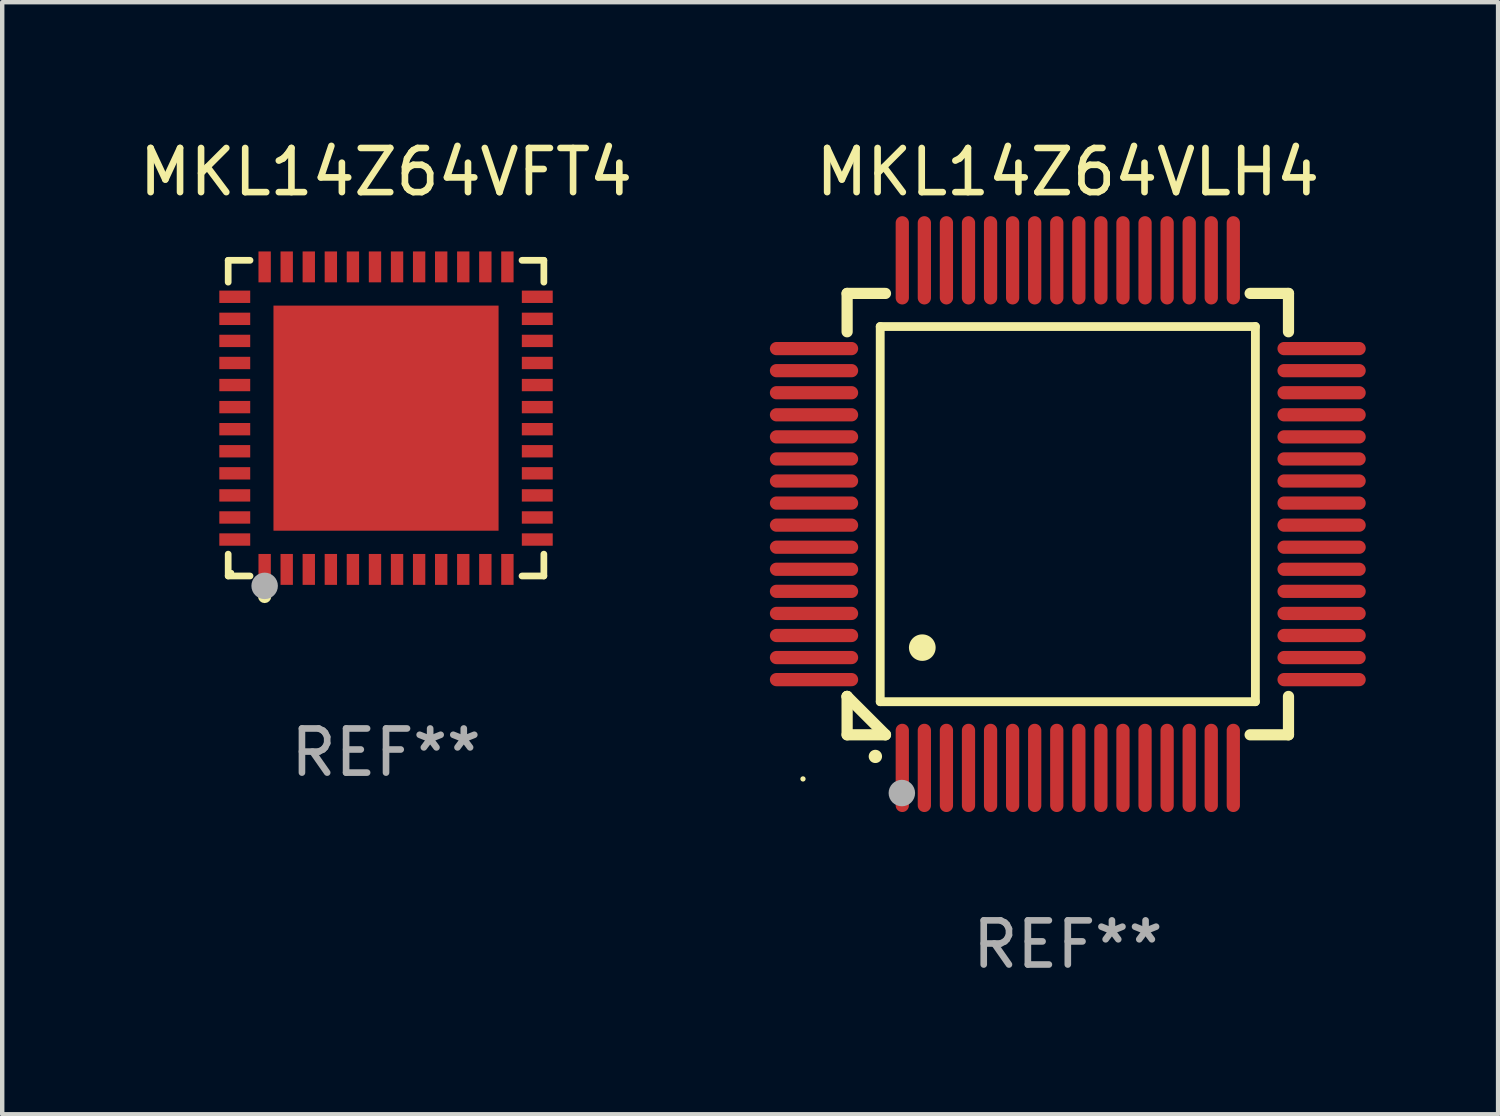
<source format=kicad_pcb>
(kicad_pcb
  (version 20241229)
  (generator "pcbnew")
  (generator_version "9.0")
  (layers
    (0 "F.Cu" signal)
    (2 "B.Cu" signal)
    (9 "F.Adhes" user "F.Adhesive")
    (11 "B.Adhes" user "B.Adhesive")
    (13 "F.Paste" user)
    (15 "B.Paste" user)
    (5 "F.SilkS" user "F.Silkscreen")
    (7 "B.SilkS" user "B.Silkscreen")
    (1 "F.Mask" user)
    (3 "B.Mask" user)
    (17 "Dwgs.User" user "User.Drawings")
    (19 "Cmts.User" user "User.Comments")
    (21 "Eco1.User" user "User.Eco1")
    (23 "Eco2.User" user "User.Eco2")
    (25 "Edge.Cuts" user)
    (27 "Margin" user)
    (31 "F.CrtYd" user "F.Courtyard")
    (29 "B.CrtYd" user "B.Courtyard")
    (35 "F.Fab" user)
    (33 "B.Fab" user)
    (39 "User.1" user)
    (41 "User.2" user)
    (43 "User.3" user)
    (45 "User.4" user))
  (footprint "MKL14Z64VFT4"
    (layer "F.Cu")
    (at 5.696 6.424)
    (property "Reference" "MKL14Z64VFT4" (at 0 -5.576 0) (layer "F.SilkS") (effects (font (size 1 1) (thickness 0.15))))
    (attr through_hole)
    (fp_line (start -3.576 -3.576) (end -3.081 -3.576) (stroke (width 0.152) (type solid)) (layer "F.SilkS"))
    (fp_line (start -3.576 -3.081) (end -3.576 -3.576) (stroke (width 0.152) (type solid)) (layer "F.SilkS"))
    (fp_line (start -3.576 3.081) (end -3.576 3.576) (stroke (width 0.152) (type solid)) (layer "F.SilkS"))
    (fp_line (start -3.576 3.576) (end -3.081 3.576) (stroke (width 0.152) (type solid)) (layer "F.SilkS"))
    (fp_line (start 3.576 -3.576) (end 3.081 -3.576) (stroke (width 0.152) (type solid)) (layer "F.SilkS"))
    (fp_line (start 3.576 -3.081) (end 3.576 -3.576) (stroke (width 0.152) (type solid)) (layer "F.SilkS"))
    (fp_line (start 3.576 3.081) (end 3.576 3.576) (stroke (width 0.152) (type solid)) (layer "F.SilkS"))
    (fp_line (start 3.576 3.576) (end 3.081 3.576) (stroke (width 0.152) (type solid)) (layer "F.SilkS"))
    (fp_circle (center -3.5 3.5) (end -3.47 3.5) (stroke (width 0.06) (type solid)) (fill no) (layer "F.SilkS"))
    (fp_circle (center -2.75 4.04) (end -2.675 4.04) (stroke (width 0.15) (type solid)) (fill no) (layer "F.SilkS"))
    (fp_circle (center -2.75 3.8) (end -2.6 3.8) (stroke (width 0.3) (type solid)) (fill no) (layer "F.Fab"))
    (fp_text user "REF**" (at 0 7.576 0) (layer "F.Fab") (effects (font (size 1 1) (thickness 0.15))))
    (pad "1" smd rect (at -2.75 3.427) (size 0.28 0.7) (layers "F.Cu" "F.Mask" "F.Paste"))
    (pad "2" smd rect (at -2.25 3.427) (size 0.28 0.7) (layers "F.Cu" "F.Mask" "F.Paste"))
    (pad "3" smd rect (at -1.75 3.427) (size 0.28 0.7) (layers "F.Cu" "F.Mask" "F.Paste"))
    (pad "4" smd rect (at -1.25 3.427) (size 0.28 0.7) (layers "F.Cu" "F.Mask" "F.Paste"))
    (pad "5" smd rect (at -0.75 3.427) (size 0.28 0.7) (layers "F.Cu" "F.Mask" "F.Paste"))
    (pad "6" smd rect (at -0.25 3.427) (size 0.28 0.7) (layers "F.Cu" "F.Mask" "F.Paste"))
    (pad "7" smd rect (at 0.25 3.427) (size 0.28 0.7) (layers "F.Cu" "F.Mask" "F.Paste"))
    (pad "8" smd rect (at 0.75 3.427) (size 0.28 0.7) (layers "F.Cu" "F.Mask" "F.Paste"))
    (pad "9" smd rect (at 1.25 3.427) (size 0.28 0.7) (layers "F.Cu" "F.Mask" "F.Paste"))
    (pad "10" smd rect (at 1.75 3.427) (size 0.28 0.7) (layers "F.Cu" "F.Mask" "F.Paste"))
    (pad "11" smd rect (at 2.25 3.427) (size 0.28 0.7) (layers "F.Cu" "F.Mask" "F.Paste"))
    (pad "12" smd rect (at 2.75 3.427) (size 0.28 0.7) (layers "F.Cu" "F.Mask" "F.Paste"))
    (pad "13" smd rect (at 3.427 2.75) (size 0.7 0.28) (layers "F.Cu" "F.Mask" "F.Paste"))
    (pad "14" smd rect (at 3.427 2.25) (size 0.7 0.28) (layers "F.Cu" "F.Mask" "F.Paste"))
    (pad "15" smd rect (at 3.427 1.75) (size 0.7 0.28) (layers "F.Cu" "F.Mask" "F.Paste"))
    (pad "16" smd rect (at 3.427 1.25) (size 0.7 0.28) (layers "F.Cu" "F.Mask" "F.Paste"))
    (pad "17" smd rect (at 3.427 0.75) (size 0.7 0.28) (layers "F.Cu" "F.Mask" "F.Paste"))
    (pad "18" smd rect (at 3.427 0.25) (size 0.7 0.28) (layers "F.Cu" "F.Mask" "F.Paste"))
    (pad "19" smd rect (at 3.427 -0.25) (size 0.7 0.28) (layers "F.Cu" "F.Mask" "F.Paste"))
    (pad "20" smd rect (at 3.427 -0.75) (size 0.7 0.28) (layers "F.Cu" "F.Mask" "F.Paste"))
    (pad "21" smd rect (at 3.427 -1.25) (size 0.7 0.28) (layers "F.Cu" "F.Mask" "F.Paste"))
    (pad "22" smd rect (at 3.427 -1.75) (size 0.7 0.28) (layers "F.Cu" "F.Mask" "F.Paste"))
    (pad "23" smd rect (at 3.427 -2.25) (size 0.7 0.28) (layers "F.Cu" "F.Mask" "F.Paste"))
    (pad "24" smd rect (at 3.427 -2.75) (size 0.7 0.28) (layers "F.Cu" "F.Mask" "F.Paste"))
    (pad "25" smd rect (at 2.75 -3.427) (size 0.28 0.7) (layers "F.Cu" "F.Mask" "F.Paste"))
    (pad "26" smd rect (at 2.25 -3.427) (size 0.28 0.7) (layers "F.Cu" "F.Mask" "F.Paste"))
    (pad "27" smd rect (at 1.75 -3.427) (size 0.28 0.7) (layers "F.Cu" "F.Mask" "F.Paste"))
    (pad "28" smd rect (at 1.25 -3.427) (size 0.28 0.7) (layers "F.Cu" "F.Mask" "F.Paste"))
    (pad "29" smd rect (at 0.75 -3.427) (size 0.28 0.7) (layers "F.Cu" "F.Mask" "F.Paste"))
    (pad "30" smd rect (at 0.25 -3.427) (size 0.28 0.7) (layers "F.Cu" "F.Mask" "F.Paste"))
    (pad "31" smd rect (at -0.25 -3.427) (size 0.28 0.7) (layers "F.Cu" "F.Mask" "F.Paste"))
    (pad "32" smd rect (at -0.75 -3.427) (size 0.28 0.7) (layers "F.Cu" "F.Mask" "F.Paste"))
    (pad "33" smd rect (at -1.25 -3.427) (size 0.28 0.7) (layers "F.Cu" "F.Mask" "F.Paste"))
    (pad "34" smd rect (at -1.75 -3.427) (size 0.28 0.7) (layers "F.Cu" "F.Mask" "F.Paste"))
    (pad "35" smd rect (at -2.25 -3.427) (size 0.28 0.7) (layers "F.Cu" "F.Mask" "F.Paste"))
    (pad "36" smd rect (at -2.75 -3.427) (size 0.28 0.7) (layers "F.Cu" "F.Mask" "F.Paste"))
    (pad "37" smd rect (at -3.427 -2.75) (size 0.7 0.28) (layers "F.Cu" "F.Mask" "F.Paste"))
    (pad "38" smd rect (at -3.427 -2.25) (size 0.7 0.28) (layers "F.Cu" "F.Mask" "F.Paste"))
    (pad "39" smd rect (at -3.427 -1.75) (size 0.7 0.28) (layers "F.Cu" "F.Mask" "F.Paste"))
    (pad "40" smd rect (at -3.427 -1.25) (size 0.7 0.28) (layers "F.Cu" "F.Mask" "F.Paste"))
    (pad "41" smd rect (at -3.427 -0.75) (size 0.7 0.28) (layers "F.Cu" "F.Mask" "F.Paste"))
    (pad "42" smd rect (at -3.427 -0.25) (size 0.7 0.28) (layers "F.Cu" "F.Mask" "F.Paste"))
    (pad "43" smd rect (at -3.427 0.25) (size 0.7 0.28) (layers "F.Cu" "F.Mask" "F.Paste"))
    (pad "44" smd rect (at -3.427 0.75) (size 0.7 0.28) (layers "F.Cu" "F.Mask" "F.Paste"))
    (pad "45" smd rect (at -3.427 1.25) (size 0.7 0.28) (layers "F.Cu" "F.Mask" "F.Paste"))
    (pad "46" smd rect (at -3.427 1.75) (size 0.7 0.28) (layers "F.Cu" "F.Mask" "F.Paste"))
    (pad "47" smd rect (at -3.427 2.25) (size 0.7 0.28) (layers "F.Cu" "F.Mask" "F.Paste"))
    (pad "48" smd rect (at -3.427 2.75) (size 0.7 0.28) (layers "F.Cu" "F.Mask" "F.Paste"))
    (pad "49" smd rect (at 0 0) (size 5.1 5.1) (layers "F.Cu" "F.Mask" "F.Paste")))
  (footprint "MKL14Z64VLH4"
    (layer "F.Cu")
    (at 21.143 8.598)
    (property "Reference" "MKL14Z64VLH4" (at 0 -7.75 0) (layer "F.SilkS") (effects (font (size 1 1) (thickness 0.15))))
    (attr through_hole)
    (fp_line (start -5 -5) (end -4.131 -5) (stroke (width 0.254) (type solid)) (layer "F.SilkS"))
    (fp_line (start -5 -4.131) (end -5 -5) (stroke (width 0.254) (type solid)) (layer "F.SilkS"))
    (fp_line (start -5 4.131) (end -5 4.131) (stroke (width 0.254) (type solid)) (layer "F.SilkS"))
    (fp_line (start -5 5) (end -5 4.131) (stroke (width 0.254) (type solid)) (layer "F.SilkS"))
    (fp_line (start -5 4.131) (end -4.131 5) (stroke (width 0.254) (type solid)) (layer "F.SilkS"))
    (fp_line (start -4.25 -4.25) (end -4.25 4.25) (stroke (width 0.2) (type solid)) (layer "F.SilkS"))
    (fp_line (start -4.25 4.25) (end 4.25 4.25) (stroke (width 0.2) (type solid)) (layer "F.SilkS"))
    (fp_line (start -4.131 5) (end -5 5) (stroke (width 0.254) (type solid)) (layer "F.SilkS"))
    (fp_line (start 4.25 -4.25) (end -4.25 -4.25) (stroke (width 0.2) (type solid)) (layer "F.SilkS"))
    (fp_line (start 4.25 4.25) (end 4.25 -4.25) (stroke (width 0.2) (type solid)) (layer "F.SilkS"))
    (fp_line (start 5 -5) (end 4.131 -5) (stroke (width 0.254) (type solid)) (layer "F.SilkS"))
    (fp_line (start 5 -5) (end 5 -4.131) (stroke (width 0.254) (type solid)) (layer "F.SilkS"))
    (fp_line (start 5 4.131) (end 5 5) (stroke (width 0.254) (type solid)) (layer "F.SilkS"))
    (fp_line (start 5 5) (end 4.131 5) (stroke (width 0.254) (type solid)) (layer "F.SilkS"))
    (fp_arc (start -4.361265 5.489992) (mid -4.359995 5.489987) (end -4.358725 5.489992) (stroke (width 0.3) (type solid)) (layer "F.SilkS"))
    (fp_arc (start -3.299467 3.025146) (mid -3.296927 3.025135) (end -3.294387 3.025146) (stroke (width 0.6) (type solid)) (layer "F.SilkS"))
    (fp_circle (center -6 6) (end -5.97 6) (stroke (width 0.06) (type solid)) (fill no) (layer "F.SilkS"))
    (fp_circle (center -3.76 6.32) (end -3.61 6.32) (stroke (width 0.3) (type solid)) (fill no) (layer "F.Fab"))
    (fp_text user "REF**" (at 0 9.75 0) (layer "F.Fab") (effects (font (size 1 1) (thickness 0.15))))
    (pad "1" smd oval (at -3.75 5.75) (size 0.3 2) (layers "F.Cu" "F.Mask" "F.Paste"))
    (pad "2" smd oval (at -3.25 5.75) (size 0.3 2) (layers "F.Cu" "F.Mask" "F.Paste"))
    (pad "3" smd oval (at -2.75 5.75) (size 0.3 2) (layers "F.Cu" "F.Mask" "F.Paste"))
    (pad "4" smd oval (at -2.25 5.75) (size 0.3 2) (layers "F.Cu" "F.Mask" "F.Paste"))
    (pad "5" smd oval (at -1.75 5.75) (size 0.3 2) (layers "F.Cu" "F.Mask" "F.Paste"))
    (pad "6" smd oval (at -1.25 5.75) (size 0.3 2) (layers "F.Cu" "F.Mask" "F.Paste"))
    (pad "7" smd oval (at -0.75 5.75) (size 0.3 2) (layers "F.Cu" "F.Mask" "F.Paste"))
    (pad "8" smd oval (at -0.25 5.75) (size 0.3 2) (layers "F.Cu" "F.Mask" "F.Paste"))
    (pad "9" smd oval (at 0.25 5.75) (size 0.3 2) (layers "F.Cu" "F.Mask" "F.Paste"))
    (pad "10" smd oval (at 0.75 5.75) (size 0.3 2) (layers "F.Cu" "F.Mask" "F.Paste"))
    (pad "11" smd oval (at 1.25 5.75) (size 0.3 2) (layers "F.Cu" "F.Mask" "F.Paste"))
    (pad "12" smd oval (at 1.75 5.75) (size 0.3 2) (layers "F.Cu" "F.Mask" "F.Paste"))
    (pad "13" smd oval (at 2.25 5.75) (size 0.3 2) (layers "F.Cu" "F.Mask" "F.Paste"))
    (pad "14" smd oval (at 2.75 5.75) (size 0.3 2) (layers "F.Cu" "F.Mask" "F.Paste"))
    (pad "15" smd oval (at 3.25 5.75) (size 0.3 2) (layers "F.Cu" "F.Mask" "F.Paste"))
    (pad "16" smd oval (at 3.75 5.75) (size 0.3 2) (layers "F.Cu" "F.Mask" "F.Paste"))
    (pad "17" smd oval (at 5.75 3.75) (size 2 0.3) (layers "F.Cu" "F.Mask" "F.Paste"))
    (pad "18" smd oval (at 5.75 3.25) (size 2 0.3) (layers "F.Cu" "F.Mask" "F.Paste"))
    (pad "19" smd oval (at 5.75 2.75) (size 2 0.3) (layers "F.Cu" "F.Mask" "F.Paste"))
    (pad "20" smd oval (at 5.75 2.25) (size 2 0.3) (layers "F.Cu" "F.Mask" "F.Paste"))
    (pad "21" smd oval (at 5.75 1.75) (size 2 0.3) (layers "F.Cu" "F.Mask" "F.Paste"))
    (pad "22" smd oval (at 5.75 1.25) (size 2 0.3) (layers "F.Cu" "F.Mask" "F.Paste"))
    (pad "23" smd oval (at 5.75 0.75) (size 2 0.3) (layers "F.Cu" "F.Mask" "F.Paste"))
    (pad "24" smd oval (at 5.75 0.25) (size 2 0.3) (layers "F.Cu" "F.Mask" "F.Paste"))
    (pad "25" smd oval (at 5.75 -0.25) (size 2 0.3) (layers "F.Cu" "F.Mask" "F.Paste"))
    (pad "26" smd oval (at 5.75 -0.75) (size 2 0.3) (layers "F.Cu" "F.Mask" "F.Paste"))
    (pad "27" smd oval (at 5.75 -1.25) (size 2 0.3) (layers "F.Cu" "F.Mask" "F.Paste"))
    (pad "28" smd oval (at 5.75 -1.75) (size 2 0.3) (layers "F.Cu" "F.Mask" "F.Paste"))
    (pad "29" smd oval (at 5.75 -2.25) (size 2 0.3) (layers "F.Cu" "F.Mask" "F.Paste"))
    (pad "30" smd oval (at 5.75 -2.75) (size 2 0.3) (layers "F.Cu" "F.Mask" "F.Paste"))
    (pad "31" smd oval (at 5.75 -3.25) (size 2 0.3) (layers "F.Cu" "F.Mask" "F.Paste"))
    (pad "32" smd oval (at 5.75 -3.75) (size 2 0.3) (layers "F.Cu" "F.Mask" "F.Paste"))
    (pad "33" smd oval (at 3.75 -5.75) (size 0.3 2) (layers "F.Cu" "F.Mask" "F.Paste"))
    (pad "34" smd oval (at 3.25 -5.75) (size 0.3 2) (layers "F.Cu" "F.Mask" "F.Paste"))
    (pad "35" smd oval (at 2.75 -5.75) (size 0.3 2) (layers "F.Cu" "F.Mask" "F.Paste"))
    (pad "36" smd oval (at 2.25 -5.75) (size 0.3 2) (layers "F.Cu" "F.Mask" "F.Paste"))
    (pad "37" smd oval (at 1.75 -5.75) (size 0.3 2) (layers "F.Cu" "F.Mask" "F.Paste"))
    (pad "38" smd oval (at 1.25 -5.75) (size 0.3 2) (layers "F.Cu" "F.Mask" "F.Paste"))
    (pad "39" smd oval (at 0.75 -5.75) (size 0.3 2) (layers "F.Cu" "F.Mask" "F.Paste"))
    (pad "40" smd oval (at 0.25 -5.75) (size 0.3 2) (layers "F.Cu" "F.Mask" "F.Paste"))
    (pad "41" smd oval (at -0.25 -5.75) (size 0.3 2) (layers "F.Cu" "F.Mask" "F.Paste"))
    (pad "42" smd oval (at -0.75 -5.75) (size 0.3 2) (layers "F.Cu" "F.Mask" "F.Paste"))
    (pad "43" smd oval (at -1.25 -5.75) (size 0.3 2) (layers "F.Cu" "F.Mask" "F.Paste"))
    (pad "44" smd oval (at -1.75 -5.75) (size 0.3 2) (layers "F.Cu" "F.Mask" "F.Paste"))
    (pad "45" smd oval (at -2.25 -5.75) (size 0.3 2) (layers "F.Cu" "F.Mask" "F.Paste"))
    (pad "46" smd oval (at -2.75 -5.75) (size 0.3 2) (layers "F.Cu" "F.Mask" "F.Paste"))
    (pad "47" smd oval (at -3.25 -5.75) (size 0.3 2) (layers "F.Cu" "F.Mask" "F.Paste"))
    (pad "48" smd oval (at -3.75 -5.75) (size 0.3 2) (layers "F.Cu" "F.Mask" "F.Paste"))
    (pad "49" smd oval (at -5.75 -3.75) (size 2 0.3) (layers "F.Cu" "F.Mask" "F.Paste"))
    (pad "50" smd oval (at -5.75 -3.25) (size 2 0.3) (layers "F.Cu" "F.Mask" "F.Paste"))
    (pad "51" smd oval (at -5.75 -2.75) (size 2 0.3) (layers "F.Cu" "F.Mask" "F.Paste"))
    (pad "52" smd oval (at -5.75 -2.25) (size 2 0.3) (layers "F.Cu" "F.Mask" "F.Paste"))
    (pad "53" smd oval (at -5.75 -1.75) (size 2 0.3) (layers "F.Cu" "F.Mask" "F.Paste"))
    (pad "54" smd oval (at -5.75 -1.25) (size 2 0.3) (layers "F.Cu" "F.Mask" "F.Paste"))
    (pad "55" smd oval (at -5.75 -0.75) (size 2 0.3) (layers "F.Cu" "F.Mask" "F.Paste"))
    (pad "56" smd oval (at -5.75 -0.25) (size 2 0.3) (layers "F.Cu" "F.Mask" "F.Paste"))
    (pad "57" smd oval (at -5.75 0.25) (size 2 0.3) (layers "F.Cu" "F.Mask" "F.Paste"))
    (pad "58" smd oval (at -5.75 0.75) (size 2 0.3) (layers "F.Cu" "F.Mask" "F.Paste"))
    (pad "59" smd oval (at -5.75 1.25) (size 2 0.3) (layers "F.Cu" "F.Mask" "F.Paste"))
    (pad "60" smd oval (at -5.75 1.75) (size 2 0.3) (layers "F.Cu" "F.Mask" "F.Paste"))
    (pad "61" smd oval (at -5.75 2.25) (size 2 0.3) (layers "F.Cu" "F.Mask" "F.Paste"))
    (pad "62" smd oval (at -5.75 2.75) (size 2 0.3) (layers "F.Cu" "F.Mask" "F.Paste"))
    (pad "63" smd oval (at -5.75 3.25) (size 2 0.3) (layers "F.Cu" "F.Mask" "F.Paste"))
    (pad "64" smd oval (at -5.75 3.75) (size 2 0.3) (layers "F.Cu" "F.Mask" "F.Paste")))
  (gr_rect
    (start -3 -3)
    (end 30.892 22.196)
    (stroke (width 0.1) (type default))
    (fill no)
    (layer "Edge.Cuts")))
</source>
